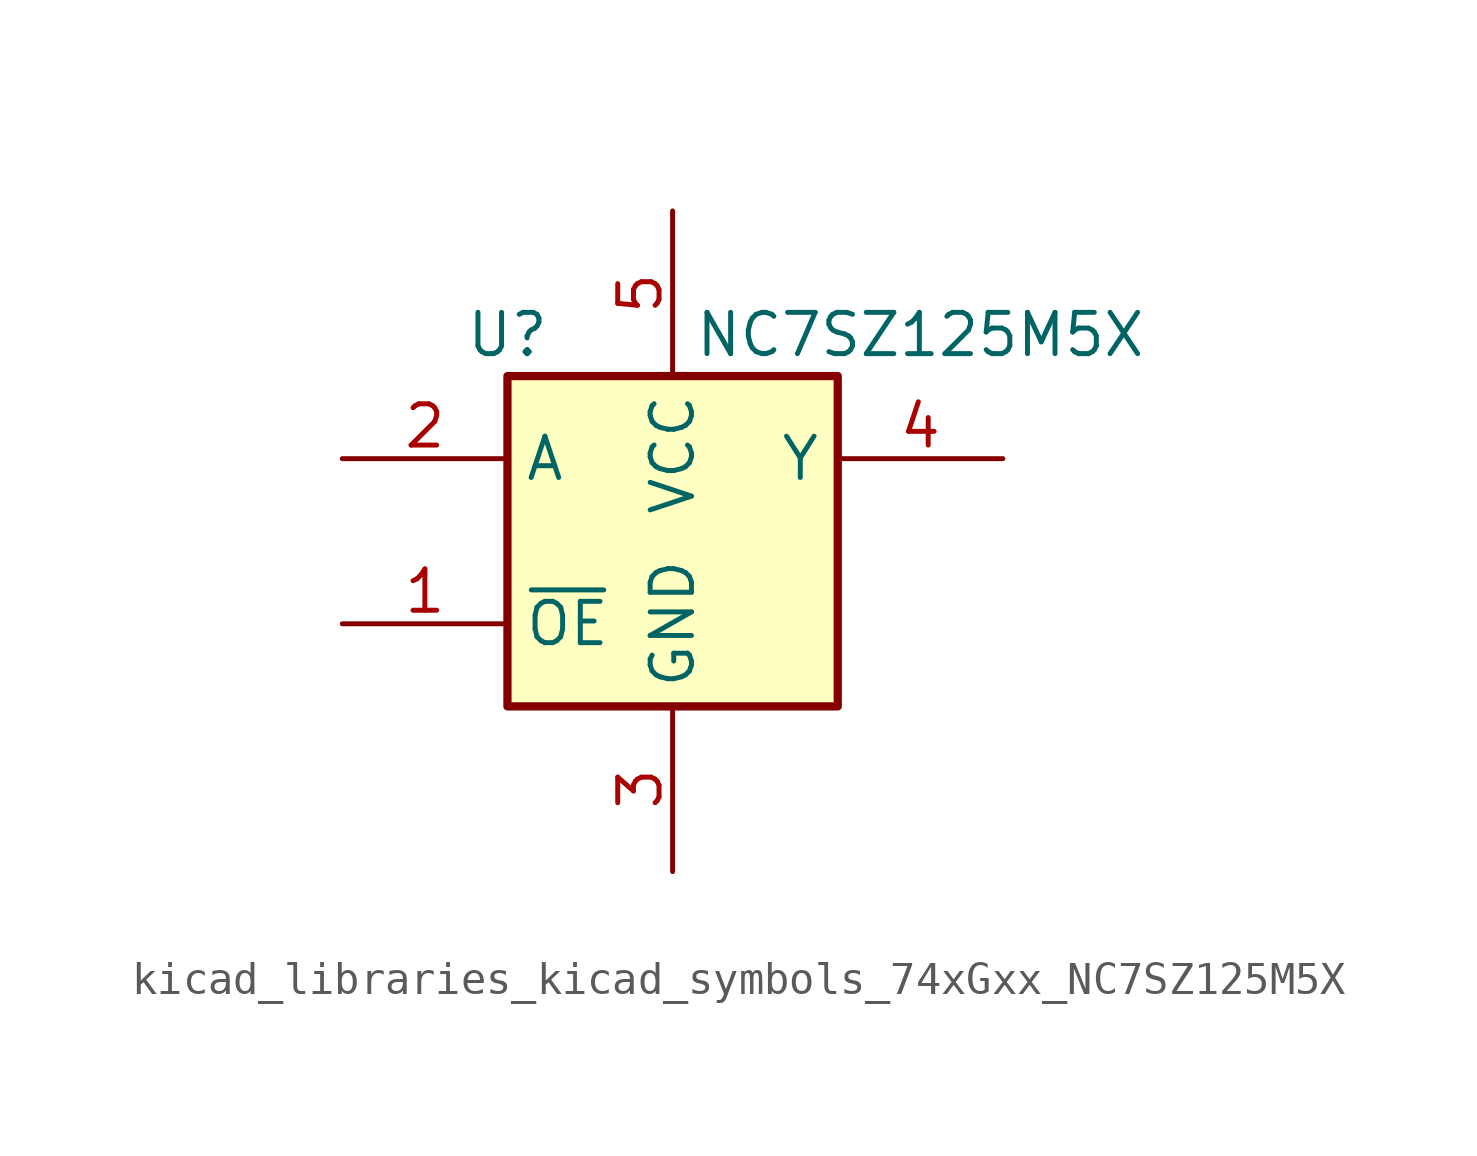
<source format=kicad_sym>
(kicad_symbol_lib
  (version 20220914)
  (generator kicad_symbol_editor)
  (symbol "kicad_libraries_kicad_symbols_74xGxx_NC7SZ125M5X"
    (property "Reference" "U"
      (at -5.08 6.35 0)
      (effects (font (size 1.27 1.27))))
    (property "Value" "NC7SZ125M5X"
      (at 7.62 6.35 0)
      (effects (font (size 1.27 1.27))))
    (symbol "kicad_libraries_kicad_symbols_74xGxx_NC7SZ125M5X_0_1"
      (rectangle (start -5.08 5.08) (end 5.08 -5.08) (stroke (width 0.254) (type default)) (fill (type background))))
    (symbol "kicad_libraries_kicad_symbols_74xGxx_NC7SZ125M5X_1_1"
      (pin input line (at -10.16 -2.54 0) (length 5.08) (name "~{OE}" (effects (font (size 1.27 1.27)))) (number "1" (effects (font (size 1.27 1.27)))))
      (pin input line (at -10.16 2.54 0) (length 5.08) (name "A" (effects (font (size 1.27 1.27)))) (number "2" (effects (font (size 1.27 1.27)))))
      (pin power_in line (at 0 -10.16 90) (length 5.08) (name "GND" (effects (font (size 1.27 1.27)))) (number "3" (effects (font (size 1.27 1.27)))))
      (pin output line (at 10.16 2.54 180) (length 5.08) (name "Y" (effects (font (size 1.27 1.27)))) (number "4" (effects (font (size 1.27 1.27)))))
      (pin power_in line (at 0 10.16 270) (length 5.08) (name "VCC" (effects (font (size 1.27 1.27)))) (number "5" (effects (font (size 1.27 1.27))))))))
</source>
